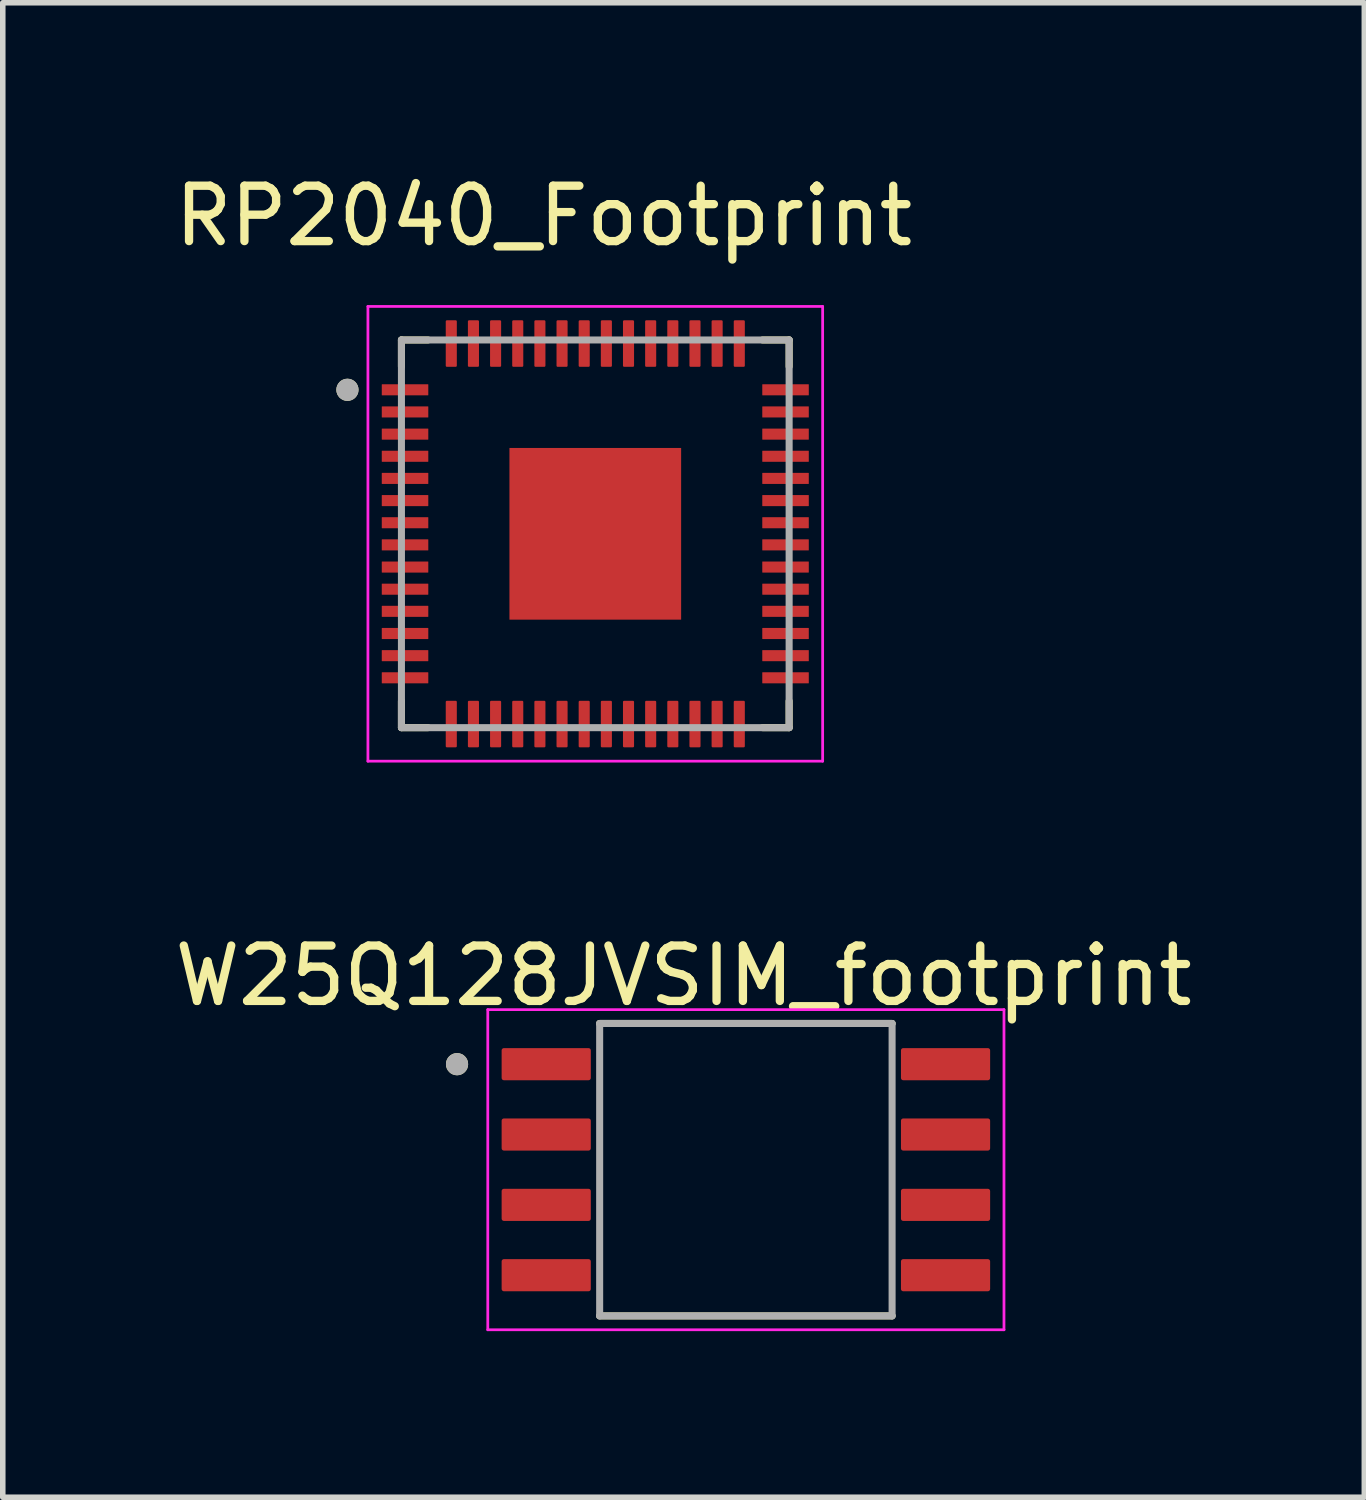
<source format=kicad_pcb>
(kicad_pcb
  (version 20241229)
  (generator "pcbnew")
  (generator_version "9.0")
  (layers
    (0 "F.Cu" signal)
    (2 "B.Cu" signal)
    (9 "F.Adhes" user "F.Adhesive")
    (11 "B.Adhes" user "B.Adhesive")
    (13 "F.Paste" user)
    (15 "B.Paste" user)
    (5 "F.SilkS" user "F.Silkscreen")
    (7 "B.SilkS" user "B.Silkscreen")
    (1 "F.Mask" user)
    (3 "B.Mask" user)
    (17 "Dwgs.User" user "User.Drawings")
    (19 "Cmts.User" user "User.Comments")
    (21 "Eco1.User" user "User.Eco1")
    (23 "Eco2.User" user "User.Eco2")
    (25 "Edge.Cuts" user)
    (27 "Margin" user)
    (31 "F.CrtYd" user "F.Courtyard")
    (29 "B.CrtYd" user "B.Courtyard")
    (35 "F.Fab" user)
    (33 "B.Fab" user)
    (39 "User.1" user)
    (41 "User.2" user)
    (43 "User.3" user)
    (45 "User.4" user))
  (footprint "W25Q128JVSIM_footprint"
    (layer "F.Cu")
    (at 10.417 18.069)
    (property "Reference" "W25Q128JVSIM_footprint" (at -1.125 -3.502 0) (layer "F.SilkS") (effects (font (size 1 1) (thickness 0.15))))
    (attr smd)
    (fp_line (start -2.64 -2.64) (end 2.64 -2.64) (stroke (width 0.127) (type solid)) (layer "F.SilkS"))
    (fp_line (start -2.64 2.64) (end 2.64 2.64) (stroke (width 0.127) (type solid)) (layer "F.SilkS"))
    (fp_circle (center -5.215 -1.905) (end -5.115 -1.905) (stroke (width 0.2) (type solid)) (fill no) (layer "F.SilkS"))
    (fp_line (start -4.66 -2.89) (end -4.66 2.89) (stroke (width 0.05) (type solid)) (layer "F.CrtYd"))
    (fp_line (start -4.66 -2.89) (end 4.66 -2.89) (stroke (width 0.05) (type solid)) (layer "F.CrtYd"))
    (fp_line (start -4.66 2.89) (end 4.66 2.89) (stroke (width 0.05) (type solid)) (layer "F.CrtYd"))
    (fp_line (start 4.66 -2.89) (end 4.66 2.89) (stroke (width 0.05) (type solid)) (layer "F.CrtYd"))
    (fp_line (start -2.64 -2.64) (end -2.64 2.64) (stroke (width 0.127) (type solid)) (layer "F.Fab"))
    (fp_line (start -2.64 -2.64) (end 2.64 -2.64) (stroke (width 0.127) (type solid)) (layer "F.Fab"))
    (fp_line (start -2.64 2.64) (end 2.64 2.64) (stroke (width 0.127) (type solid)) (layer "F.Fab"))
    (fp_line (start 2.64 -2.64) (end 2.64 2.64) (stroke (width 0.127) (type solid)) (layer "F.Fab"))
    (fp_circle (center -5.215 -1.905) (end -5.115 -1.905) (stroke (width 0.2) (type solid)) (fill no) (layer "F.Fab"))
    (pad "1" smd roundrect (at -3.605 -1.905) (size 1.61 0.58) (layers "F.Cu" "F.Mask" "F.Paste") (roundrect_rratio 0.07))
    (pad "2" smd roundrect (at -3.605 -0.635) (size 1.61 0.58) (layers "F.Cu" "F.Mask" "F.Paste") (roundrect_rratio 0.07))
    (pad "3" smd roundrect (at -3.605 0.635) (size 1.61 0.58) (layers "F.Cu" "F.Mask" "F.Paste") (roundrect_rratio 0.07))
    (pad "4" smd roundrect (at -3.605 1.905) (size 1.61 0.58) (layers "F.Cu" "F.Mask" "F.Paste") (roundrect_rratio 0.07))
    (pad "5" smd roundrect (at 3.605 1.905) (size 1.61 0.58) (layers "F.Cu" "F.Mask" "F.Paste") (roundrect_rratio 0.07))
    (pad "6" smd roundrect (at 3.605 0.635) (size 1.61 0.58) (layers "F.Cu" "F.Mask" "F.Paste") (roundrect_rratio 0.07))
    (pad "7" smd roundrect (at 3.605 -0.635) (size 1.61 0.58) (layers "F.Cu" "F.Mask" "F.Paste") (roundrect_rratio 0.07))
    (pad "8" smd roundrect (at 3.605 -1.905) (size 1.61 0.58) (layers "F.Cu" "F.Mask" "F.Paste") (roundrect_rratio 0.07)))
  (footprint "RP2040_Footprint"
    (layer "F.Cu")
    (at 7.698 6.588)
    (property "Reference" "RP2040_Footprint" (at -0.93 -5.74 0) (layer "F.SilkS") (effects (font (size 1 1) (thickness 0.15))))
    (attr smd)
    (fp_line (start -3.5 -3.5) (end -3.5 -3.02) (stroke (width 0.127) (type solid)) (layer "F.SilkS"))
    (fp_line (start -3.5 -3.5) (end -3.02 -3.5) (stroke (width 0.127) (type solid)) (layer "F.SilkS"))
    (fp_line (start -3.5 3.5) (end -3.5 3.02) (stroke (width 0.127) (type solid)) (layer "F.SilkS"))
    (fp_line (start -3.5 3.5) (end -3.02 3.5) (stroke (width 0.127) (type solid)) (layer "F.SilkS"))
    (fp_line (start 3.5 -3.5) (end 3.02 -3.5) (stroke (width 0.127) (type solid)) (layer "F.SilkS"))
    (fp_line (start 3.5 -3.5) (end 3.5 -3.02) (stroke (width 0.127) (type solid)) (layer "F.SilkS"))
    (fp_line (start 3.5 3.5) (end 3.02 3.5) (stroke (width 0.127) (type solid)) (layer "F.SilkS"))
    (fp_line (start 3.5 3.5) (end 3.5 3.02) (stroke (width 0.127) (type solid)) (layer "F.SilkS"))
    (fp_circle (center -4.475 -2.6) (end -4.375 -2.6) (stroke (width 0.2) (type solid)) (fill no) (layer "F.SilkS"))
    (fp_poly (pts (xy -0.98 -0.98) (xy 0.98 -0.98) (xy 0.98 0.98) (xy -0.98 0.98)) (stroke (width 0.01) (type solid)) (fill yes) (layer "F.Paste"))
    (fp_line (start -4.105 -4.105) (end 4.105 -4.105) (stroke (width 0.05) (type solid)) (layer "F.CrtYd"))
    (fp_line (start -4.105 4.105) (end -4.105 -4.105) (stroke (width 0.05) (type solid)) (layer "F.CrtYd"))
    (fp_line (start -4.105 4.105) (end 4.105 4.105) (stroke (width 0.05) (type solid)) (layer "F.CrtYd"))
    (fp_line (start 4.105 4.105) (end 4.105 -4.105) (stroke (width 0.05) (type solid)) (layer "F.CrtYd"))
    (fp_line (start -3.5 3.5) (end -3.5 -3.5) (stroke (width 0.127) (type solid)) (layer "F.Fab"))
    (fp_line (start 3.5 -3.5) (end -3.5 -3.5) (stroke (width 0.127) (type solid)) (layer "F.Fab"))
    (fp_line (start 3.5 3.5) (end -3.5 3.5) (stroke (width 0.127) (type solid)) (layer "F.Fab"))
    (fp_line (start 3.5 3.5) (end 3.5 -3.5) (stroke (width 0.127) (type solid)) (layer "F.Fab"))
    (fp_circle (center -4.475 -2.6) (end -4.375 -2.6) (stroke (width 0.2) (type solid)) (fill no) (layer "F.Fab"))
    (pad "1" smd roundrect (at -3.435 -2.6) (size 0.84 0.2) (layers "F.Cu" "F.Mask" "F.Paste") (roundrect_rratio 0.03))
    (pad "2" smd roundrect (at -3.435 -2.2) (size 0.84 0.2) (layers "F.Cu" "F.Mask" "F.Paste") (roundrect_rratio 0.03))
    (pad "3" smd roundrect (at -3.435 -1.8) (size 0.84 0.2) (layers "F.Cu" "F.Mask" "F.Paste") (roundrect_rratio 0.03))
    (pad "4" smd roundrect (at -3.435 -1.4) (size 0.84 0.2) (layers "F.Cu" "F.Mask" "F.Paste") (roundrect_rratio 0.03))
    (pad "5" smd roundrect (at -3.435 -1) (size 0.84 0.2) (layers "F.Cu" "F.Mask" "F.Paste") (roundrect_rratio 0.03))
    (pad "6" smd roundrect (at -3.435 -0.6) (size 0.84 0.2) (layers "F.Cu" "F.Mask" "F.Paste") (roundrect_rratio 0.03))
    (pad "7" smd roundrect (at -3.435 -0.2) (size 0.84 0.2) (layers "F.Cu" "F.Mask" "F.Paste") (roundrect_rratio 0.03))
    (pad "8" smd roundrect (at -3.435 0.2) (size 0.84 0.2) (layers "F.Cu" "F.Mask" "F.Paste") (roundrect_rratio 0.03))
    (pad "9" smd roundrect (at -3.435 0.6) (size 0.84 0.2) (layers "F.Cu" "F.Mask" "F.Paste") (roundrect_rratio 0.03))
    (pad "10" smd roundrect (at -3.435 1) (size 0.84 0.2) (layers "F.Cu" "F.Mask" "F.Paste") (roundrect_rratio 0.03))
    (pad "11" smd roundrect (at -3.435 1.4) (size 0.84 0.2) (layers "F.Cu" "F.Mask" "F.Paste") (roundrect_rratio 0.03))
    (pad "12" smd roundrect (at -3.435 1.8) (size 0.84 0.2) (layers "F.Cu" "F.Mask" "F.Paste") (roundrect_rratio 0.03))
    (pad "13" smd roundrect (at -3.435 2.2) (size 0.84 0.2) (layers "F.Cu" "F.Mask" "F.Paste") (roundrect_rratio 0.03))
    (pad "14" smd roundrect (at -3.435 2.6) (size 0.84 0.2) (layers "F.Cu" "F.Mask" "F.Paste") (roundrect_rratio 0.03))
    (pad "15" smd roundrect (at -2.6 3.435) (size 0.2 0.84) (layers "F.Cu" "F.Mask" "F.Paste") (roundrect_rratio 0.1))
    (pad "16" smd roundrect (at -2.2 3.435) (size 0.2 0.84) (layers "F.Cu" "F.Mask" "F.Paste") (roundrect_rratio 0.1))
    (pad "17" smd roundrect (at -1.8 3.435) (size 0.2 0.84) (layers "F.Cu" "F.Mask" "F.Paste") (roundrect_rratio 0.1))
    (pad "18" smd roundrect (at -1.4 3.435) (size 0.2 0.84) (layers "F.Cu" "F.Mask" "F.Paste") (roundrect_rratio 0.1))
    (pad "19" smd roundrect (at -1 3.435) (size 0.2 0.84) (layers "F.Cu" "F.Mask" "F.Paste") (roundrect_rratio 0.1))
    (pad "20" smd roundrect (at -0.6 3.435) (size 0.2 0.84) (layers "F.Cu" "F.Mask" "F.Paste") (roundrect_rratio 0.1))
    (pad "21" smd roundrect (at -0.2 3.435) (size 0.2 0.84) (layers "F.Cu" "F.Mask" "F.Paste") (roundrect_rratio 0.1))
    (pad "22" smd roundrect (at 0.2 3.435) (size 0.2 0.84) (layers "F.Cu" "F.Mask" "F.Paste") (roundrect_rratio 0.1))
    (pad "23" smd roundrect (at 0.6 3.435) (size 0.2 0.84) (layers "F.Cu" "F.Mask" "F.Paste") (roundrect_rratio 0.1))
    (pad "24" smd roundrect (at 1 3.435) (size 0.2 0.84) (layers "F.Cu" "F.Mask" "F.Paste") (roundrect_rratio 0.1))
    (pad "25" smd roundrect (at 1.4 3.435) (size 0.2 0.84) (layers "F.Cu" "F.Mask" "F.Paste") (roundrect_rratio 0.1))
    (pad "26" smd roundrect (at 1.8 3.435) (size 0.2 0.84) (layers "F.Cu" "F.Mask" "F.Paste") (roundrect_rratio 0.1))
    (pad "27" smd roundrect (at 2.2 3.435) (size 0.2 0.84) (layers "F.Cu" "F.Mask" "F.Paste") (roundrect_rratio 0.1))
    (pad "28" smd roundrect (at 2.6 3.435) (size 0.2 0.84) (layers "F.Cu" "F.Mask" "F.Paste") (roundrect_rratio 0.1))
    (pad "29" smd roundrect (at 3.435 2.6) (size 0.84 0.2) (layers "F.Cu" "F.Mask" "F.Paste") (roundrect_rratio 0.03))
    (pad "30" smd roundrect (at 3.435 2.2) (size 0.84 0.2) (layers "F.Cu" "F.Mask" "F.Paste") (roundrect_rratio 0.03))
    (pad "31" smd roundrect (at 3.435 1.8) (size 0.84 0.2) (layers "F.Cu" "F.Mask" "F.Paste") (roundrect_rratio 0.03))
    (pad "32" smd roundrect (at 3.435 1.4) (size 0.84 0.2) (layers "F.Cu" "F.Mask" "F.Paste") (roundrect_rratio 0.03))
    (pad "33" smd roundrect (at 3.435 1) (size 0.84 0.2) (layers "F.Cu" "F.Mask" "F.Paste") (roundrect_rratio 0.03))
    (pad "34" smd roundrect (at 3.435 0.6) (size 0.84 0.2) (layers "F.Cu" "F.Mask" "F.Paste") (roundrect_rratio 0.03))
    (pad "35" smd roundrect (at 3.435 0.2) (size 0.84 0.2) (layers "F.Cu" "F.Mask" "F.Paste") (roundrect_rratio 0.03))
    (pad "36" smd roundrect (at 3.435 -0.2) (size 0.84 0.2) (layers "F.Cu" "F.Mask" "F.Paste") (roundrect_rratio 0.03))
    (pad "37" smd roundrect (at 3.435 -0.6) (size 0.84 0.2) (layers "F.Cu" "F.Mask" "F.Paste") (roundrect_rratio 0.03))
    (pad "38" smd roundrect (at 3.435 -1) (size 0.84 0.2) (layers "F.Cu" "F.Mask" "F.Paste") (roundrect_rratio 0.03))
    (pad "39" smd roundrect (at 3.435 -1.4) (size 0.84 0.2) (layers "F.Cu" "F.Mask" "F.Paste") (roundrect_rratio 0.03))
    (pad "40" smd roundrect (at 3.435 -1.8) (size 0.84 0.2) (layers "F.Cu" "F.Mask" "F.Paste") (roundrect_rratio 0.03))
    (pad "41" smd roundrect (at 3.435 -2.2) (size 0.84 0.2) (layers "F.Cu" "F.Mask" "F.Paste") (roundrect_rratio 0.03))
    (pad "42" smd roundrect (at 3.435 -2.6) (size 0.84 0.2) (layers "F.Cu" "F.Mask" "F.Paste") (roundrect_rratio 0.03))
    (pad "43" smd roundrect (at 2.6 -3.435) (size 0.2 0.84) (layers "F.Cu" "F.Mask" "F.Paste") (roundrect_rratio 0.1))
    (pad "44" smd roundrect (at 2.2 -3.435) (size 0.2 0.84) (layers "F.Cu" "F.Mask" "F.Paste") (roundrect_rratio 0.1))
    (pad "45" smd roundrect (at 1.8 -3.435) (size 0.2 0.84) (layers "F.Cu" "F.Mask" "F.Paste") (roundrect_rratio 0.1))
    (pad "46" smd roundrect (at 1.4 -3.435) (size 0.2 0.84) (layers "F.Cu" "F.Mask" "F.Paste") (roundrect_rratio 0.1))
    (pad "47" smd roundrect (at 1 -3.435) (size 0.2 0.84) (layers "F.Cu" "F.Mask" "F.Paste") (roundrect_rratio 0.1))
    (pad "48" smd roundrect (at 0.6 -3.435) (size 0.2 0.84) (layers "F.Cu" "F.Mask" "F.Paste") (roundrect_rratio 0.1))
    (pad "49" smd roundrect (at 0.2 -3.435) (size 0.2 0.84) (layers "F.Cu" "F.Mask" "F.Paste") (roundrect_rratio 0.1))
    (pad "50" smd roundrect (at -0.2 -3.435) (size 0.2 0.84) (layers "F.Cu" "F.Mask" "F.Paste") (roundrect_rratio 0.1))
    (pad "51" smd roundrect (at -0.6 -3.435) (size 0.2 0.84) (layers "F.Cu" "F.Mask" "F.Paste") (roundrect_rratio 0.1))
    (pad "52" smd roundrect (at -1 -3.435) (size 0.2 0.84) (layers "F.Cu" "F.Mask" "F.Paste") (roundrect_rratio 0.1))
    (pad "53" smd roundrect (at -1.4 -3.435) (size 0.2 0.84) (layers "F.Cu" "F.Mask" "F.Paste") (roundrect_rratio 0.1))
    (pad "54" smd roundrect (at -1.8 -3.435) (size 0.2 0.84) (layers "F.Cu" "F.Mask" "F.Paste") (roundrect_rratio 0.1))
    (pad "55" smd roundrect (at -2.2 -3.435) (size 0.2 0.84) (layers "F.Cu" "F.Mask" "F.Paste") (roundrect_rratio 0.1))
    (pad "56" smd roundrect (at -2.6 -3.435) (size 0.2 0.84) (layers "F.Cu" "F.Mask" "F.Paste") (roundrect_rratio 0.1))
    (pad "57" smd rect (at 0 0) (size 3.1 3.1) (layers "F.Cu" "F.Mask")))
  (gr_rect
    (start -3 -3)
    (end 21.583 23.983)
    (stroke (width 0.1) (type default))
    (fill no)
    (layer "Edge.Cuts")))
</source>
